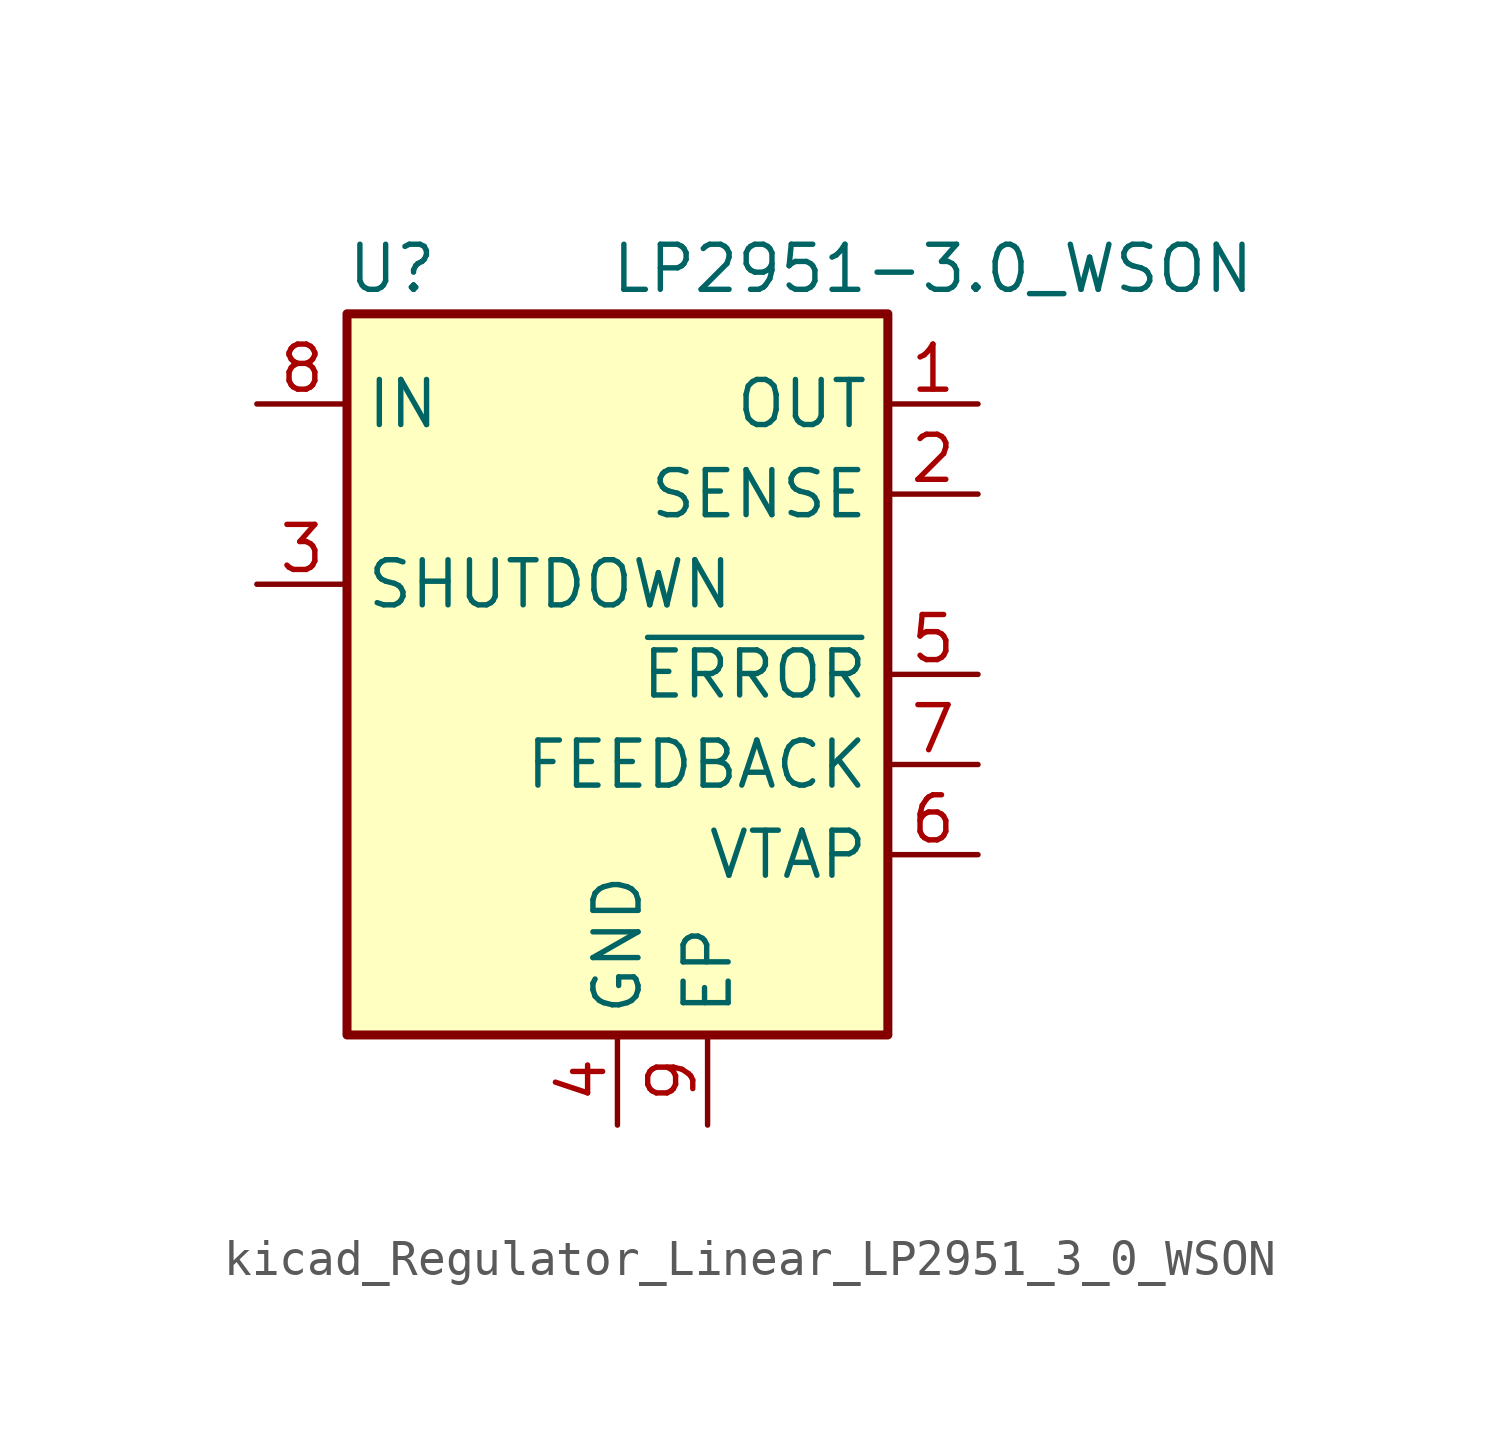
<source format=kicad_sym>
(kicad_symbol_lib
  (version 20220914)
  (generator kicad_symbol_editor)
  (symbol "kicad_Regulator_Linear_LP2951_3_0_WSON"
    (property "Reference" "U"
      (at -6.35 11.43 0)
      (effects (font (size 1.27 1.27))))
    (property "Value" "LP2951-3.0_WSON"
      (at 8.89 11.43 0)
      (effects (font (size 1.27 1.27))))
    (symbol "kicad_Regulator_Linear_LP2951_3_0_WSON_0_1"
      (rectangle (start -7.62 10.16) (end 7.62 -10.16) (stroke (width 0.254) (type default)) (fill (type background))))
    (symbol "kicad_Regulator_Linear_LP2951_3_0_WSON_1_1"
      (pin power_out line (at 10.16 7.62 180) (length 2.54) (name "OUT" (effects (font (size 1.27 1.27)))) (number "1" (effects (font (size 1.27 1.27)))))
      (pin passive line (at 10.16 5.08 180) (length 2.54) (name "SENSE" (effects (font (size 1.27 1.27)))) (number "2" (effects (font (size 1.27 1.27)))))
      (pin input line (at -10.16 2.54 0) (length 2.54) (name "SHUTDOWN" (effects (font (size 1.27 1.27)))) (number "3" (effects (font (size 1.27 1.27)))))
      (pin power_in line (at 0 -12.7 90) (length 2.54) (name "GND" (effects (font (size 1.27 1.27)))) (number "4" (effects (font (size 1.27 1.27)))))
      (pin open_collector line (at 10.16 0 180) (length 2.54) (name "~{ERROR}" (effects (font (size 1.27 1.27)))) (number "5" (effects (font (size 1.27 1.27)))))
      (pin input line (at 10.16 -5.08 180) (length 2.54) (name "VTAP" (effects (font (size 1.27 1.27)))) (number "6" (effects (font (size 1.27 1.27)))))
      (pin input line (at 10.16 -2.54 180) (length 2.54) (name "FEEDBACK" (effects (font (size 1.27 1.27)))) (number "7" (effects (font (size 1.27 1.27)))))
      (pin power_in line (at -10.16 7.62 0) (length 2.54) (name "IN" (effects (font (size 1.27 1.27)))) (number "8" (effects (font (size 1.27 1.27)))))
      (pin passive line (at 2.54 -12.7 90) (length 2.54) (name "EP" (effects (font (size 1.27 1.27)))) (number "9" (effects (font (size 1.27 1.27))))))))
</source>
